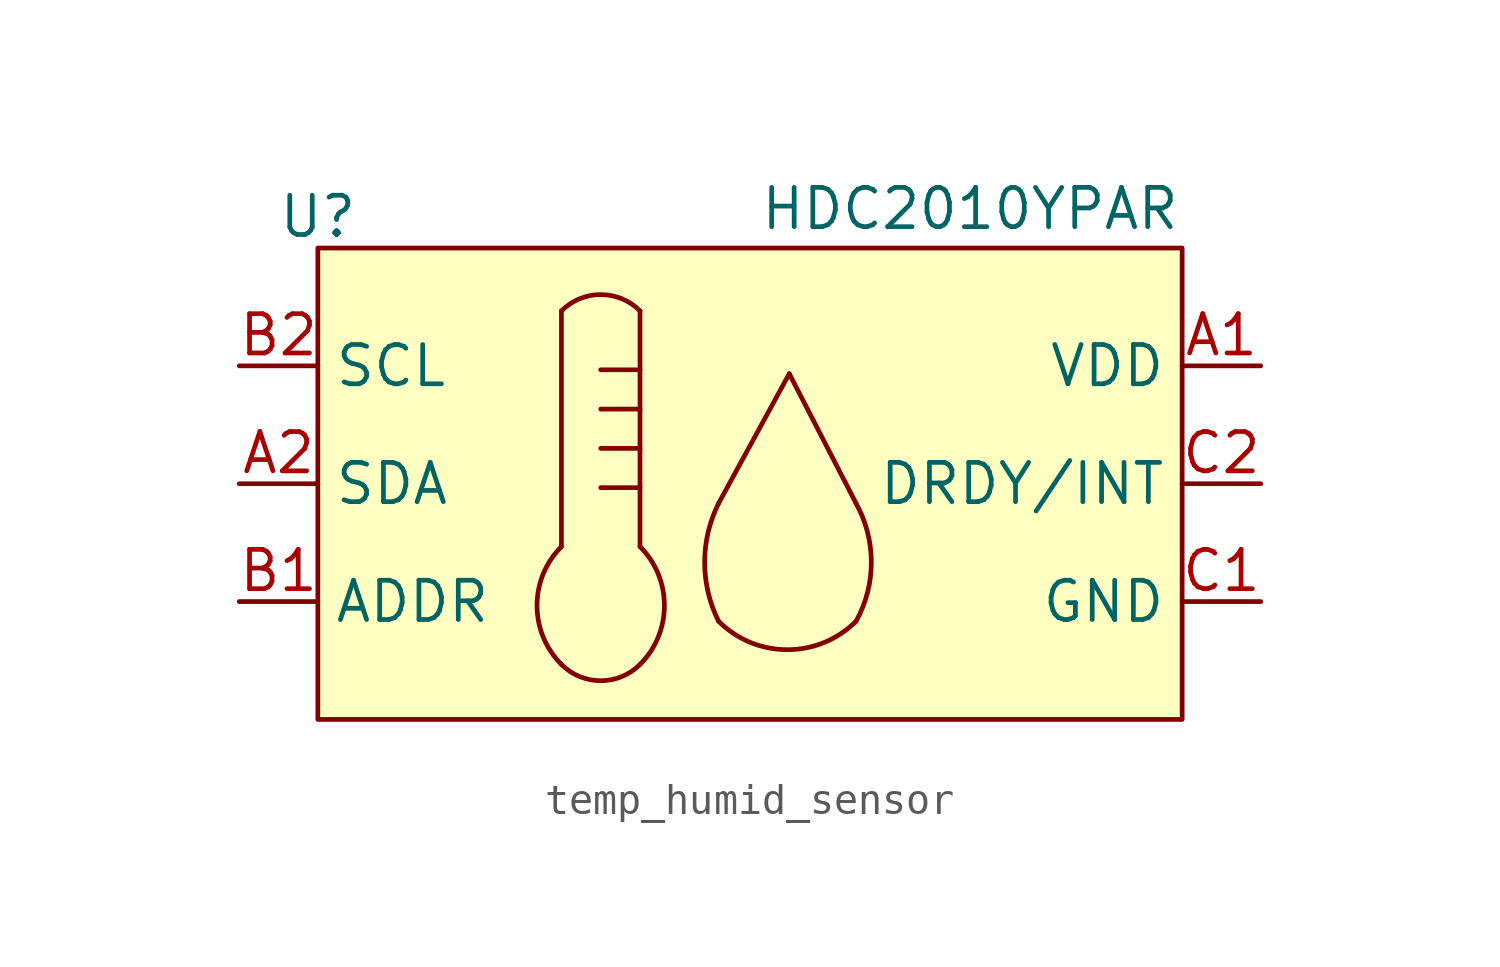
<source format=kicad_sym>
(kicad_symbol_lib
  (version 20241209)
  (generator "kicad_symbol_editor")
  (generator_version "9.0")
  (symbol "temp_humid_sensor"
    (property "Reference" "U"
      (at -12.7 8.636 0)
      (effects (font (size 1.27 1.27))))
    (property "Value" "HDC2010YPAR"
      (at 8.382 8.89 0)
      (effects (font (size 1.27 1.27))))
    (symbol "temp_humid_sensor_1_1"
      (rectangle (start -12.7 7.62) (end 15.24 -7.62) (stroke (width 0) (type solid)) (fill (type background)))
      (polyline (pts (xy -4.826 5.588) (xy -4.826 -2.032)) (stroke (width 0) (type default)) (fill (type none)))
      (arc (start -2.286 -2.032) (mid -1.4969 -3.937) (end -2.286 -5.842) (stroke (width 0) (type default)) (fill (type none)))
      (arc (start -4.826 5.588) (mid -3.556 6.1141) (end -2.286 5.588) (stroke (width 0) (type default)) (fill (type none)))
      (polyline (pts (xy -3.556 3.683) (xy -2.286 3.683)) (stroke (width 0) (type default)) (fill (type none)))
      (polyline (pts (xy -3.556 2.413) (xy -2.286 2.413)) (stroke (width 0) (type default)) (fill (type none)))
      (polyline (pts (xy -3.556 1.143) (xy -2.286 1.143)) (stroke (width 0) (type default)) (fill (type none)))
      (polyline (pts (xy -3.556 -0.127) (xy -2.286 -0.127)) (stroke (width 0) (type default)) (fill (type none)))
      (arc (start -2.286 -5.842) (mid -3.556 -6.3681) (end -4.826 -5.842) (stroke (width 0) (type default)) (fill (type none)))
      (arc (start -4.8259 -5.842) (mid -5.615 -3.937) (end -4.8259 -2.032) (stroke (width 0) (type default)) (fill (type none)))
      (polyline (pts (xy -2.286 5.588) (xy -2.286 -2.032)) (stroke (width 0) (type default)) (fill (type none)))
      (arc (start 4.699 -0.635) (mid 5.1917 -2.54) (end 4.699 -4.445) (stroke (width 0) (type default)) (fill (type none)))
      (arc (start 4.699 -4.445) (mid 2.4765 -5.3656) (end 0.254 -4.445) (stroke (width 0) (type default)) (fill (type none)))
      (polyline (pts (xy 2.54 3.556) (xy 0.254 -0.635)) (stroke (width 0) (type default)) (fill (type none)))
      (polyline (pts (xy 2.54 3.556) (xy 4.699 -0.635)) (stroke (width 0) (type default)) (fill (type none)))
      (arc (start 0.254 -4.445) (mid -0.1957 -2.54) (end 0.254 -0.635) (stroke (width 0) (type default)) (fill (type none)))
      (pin input line (at -15.24 3.81 0) (length 2.54) (name "SCL" (effects (font (size 1.27 1.27)))) (number "B2" (effects (font (size 1.27 1.27)))))
      (pin bidirectional line (at -15.24 0 0) (length 2.54) (name "SDA" (effects (font (size 1.27 1.27)))) (number "A2" (effects (font (size 1.27 1.27)))))
      (pin input line (at -15.24 -3.81 0) (length 2.54) (name "ADDR" (effects (font (size 1.27 1.27)))) (number "B1" (effects (font (size 1.27 1.27)))))
      (pin power_in line (at 17.78 3.81 180) (length 2.54) (name "VDD" (effects (font (size 1.27 1.27)))) (number "A1" (effects (font (size 1.27 1.27)))))
      (pin output line (at 17.78 0 180) (length 2.54) (name "DRDY/INT" (effects (font (size 1.27 1.27)))) (number "C2" (effects (font (size 1.27 1.27)))))
      (pin power_in line (at 17.78 -3.81 180) (length 2.54) (name "GND" (effects (font (size 1.27 1.27)))) (number "C1" (effects (font (size 1.27 1.27))))))))
</source>
